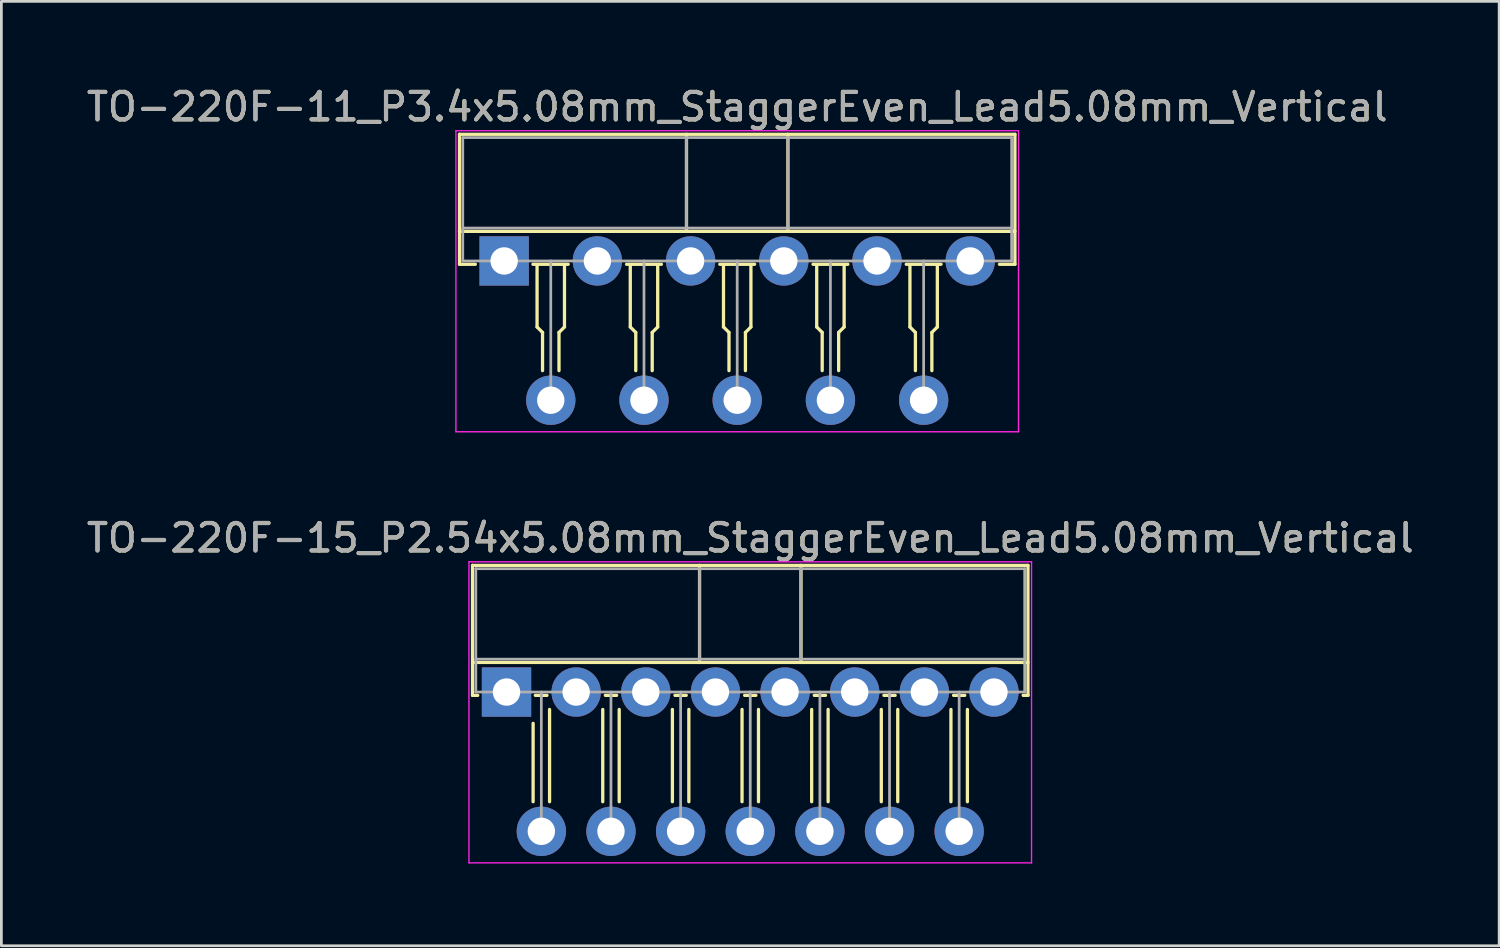
<source format=kicad_pcb>
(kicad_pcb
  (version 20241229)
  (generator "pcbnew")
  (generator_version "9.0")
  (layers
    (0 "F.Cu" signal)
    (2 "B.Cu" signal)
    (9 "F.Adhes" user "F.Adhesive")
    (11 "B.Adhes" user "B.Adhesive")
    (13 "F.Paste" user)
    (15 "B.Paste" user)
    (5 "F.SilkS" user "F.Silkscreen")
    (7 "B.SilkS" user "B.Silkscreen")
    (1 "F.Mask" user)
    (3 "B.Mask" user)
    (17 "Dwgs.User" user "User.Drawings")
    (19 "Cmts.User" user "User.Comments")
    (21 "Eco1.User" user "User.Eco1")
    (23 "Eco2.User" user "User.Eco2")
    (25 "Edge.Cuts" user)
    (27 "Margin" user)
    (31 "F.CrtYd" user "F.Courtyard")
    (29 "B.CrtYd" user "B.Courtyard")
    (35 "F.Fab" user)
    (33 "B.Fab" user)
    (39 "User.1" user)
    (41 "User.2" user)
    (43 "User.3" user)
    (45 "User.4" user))
  (footprint "TO-220F-11_P3.4x5.08mm_StaggerEven_Lead5.08mm_Vertical"
    (layer "F.Cu")
    (at 15.339 6.468)
    (property "Reference" "TO-220F-11_P3.4x5.08mm_StaggerEven_Lead5.08mm_Vertical" (at 8.5 -5.62 0) (layer "F.SilkS") (effects (font (size 1 1) (thickness 0.15))))
    (attr through_hole)
    (fp_line (start -1.63 -4.62) (end -1.63 0.121) (stroke (width 0.12) (type solid)) (layer "F.SilkS"))
    (fp_line (start -1.63 -4.62) (end 18.63 -4.62) (stroke (width 0.12) (type solid)) (layer "F.SilkS"))
    (fp_line (start -1.63 -1.08) (end 18.63 -1.08) (stroke (width 0.12) (type solid)) (layer "F.SilkS"))
    (fp_line (start -1.63 0.121) (end -1.05 0.121) (stroke (width 0.12) (type solid)) (layer "F.SilkS"))
    (fp_line (start 1.05 0.121) (end 2.335 0.121) (stroke (width 0.12) (type solid)) (layer "F.SilkS"))
    (fp_line (start 1.2 0.158) (end 1.2 2.408) (stroke (width 0.12) (type solid)) (layer "F.SilkS"))
    (fp_line (start 1.2 2.408) (end 1.4 2.608) (stroke (width 0.12) (type solid)) (layer "F.SilkS"))
    (fp_line (start 1.4 4) (end 1.4 2.608) (stroke (width 0.12) (type solid)) (layer "F.SilkS"))
    (fp_line (start 2 4) (end 2 2.608) (stroke (width 0.12) (type solid)) (layer "F.SilkS"))
    (fp_line (start 2.2 0.158) (end 2.2 2.408) (stroke (width 0.12) (type solid)) (layer "F.SilkS"))
    (fp_line (start 2.2 2.408) (end 2 2.608) (stroke (width 0.12) (type solid)) (layer "F.SilkS"))
    (fp_line (start 4.465 0.121) (end 5.735 0.121) (stroke (width 0.12) (type solid)) (layer "F.SilkS"))
    (fp_line (start 4.6 0.158) (end 4.6 2.408) (stroke (width 0.12) (type solid)) (layer "F.SilkS"))
    (fp_line (start 4.6 2.408) (end 4.8 2.608) (stroke (width 0.12) (type solid)) (layer "F.SilkS"))
    (fp_line (start 4.8 4) (end 4.8 2.608) (stroke (width 0.12) (type solid)) (layer "F.SilkS"))
    (fp_line (start 5.4 4) (end 5.4 2.608) (stroke (width 0.12) (type solid)) (layer "F.SilkS"))
    (fp_line (start 5.6 0.158) (end 5.6 2.408) (stroke (width 0.12) (type solid)) (layer "F.SilkS"))
    (fp_line (start 5.6 2.408) (end 5.4 2.608) (stroke (width 0.12) (type solid)) (layer "F.SilkS"))
    (fp_line (start 6.65 -4.62) (end 6.65 -1.08) (stroke (width 0.12) (type solid)) (layer "F.SilkS"))
    (fp_line (start 7.865 0.121) (end 9.135 0.121) (stroke (width 0.12) (type solid)) (layer "F.SilkS"))
    (fp_line (start 8 0.158) (end 8 2.408) (stroke (width 0.12) (type solid)) (layer "F.SilkS"))
    (fp_line (start 8 2.408) (end 8.2 2.608) (stroke (width 0.12) (type solid)) (layer "F.SilkS"))
    (fp_line (start 8.2 4) (end 8.2 2.608) (stroke (width 0.12) (type solid)) (layer "F.SilkS"))
    (fp_line (start 8.8 4) (end 8.8 2.608) (stroke (width 0.12) (type solid)) (layer "F.SilkS"))
    (fp_line (start 9 0.158) (end 9 2.408) (stroke (width 0.12) (type solid)) (layer "F.SilkS"))
    (fp_line (start 9 2.408) (end 8.8 2.608) (stroke (width 0.12) (type solid)) (layer "F.SilkS"))
    (fp_line (start 10.35 -4.62) (end 10.35 -1.08) (stroke (width 0.12) (type solid)) (layer "F.SilkS"))
    (fp_line (start 11.265 0.121) (end 12.535 0.121) (stroke (width 0.12) (type solid)) (layer "F.SilkS"))
    (fp_line (start 11.4 0.158) (end 11.4 2.408) (stroke (width 0.12) (type solid)) (layer "F.SilkS"))
    (fp_line (start 11.4 2.408) (end 11.6 2.608) (stroke (width 0.12) (type solid)) (layer "F.SilkS"))
    (fp_line (start 11.6 4) (end 11.6 2.608) (stroke (width 0.12) (type solid)) (layer "F.SilkS"))
    (fp_line (start 12.2 4) (end 12.2 2.608) (stroke (width 0.12) (type solid)) (layer "F.SilkS"))
    (fp_line (start 12.4 0.158) (end 12.4 2.408) (stroke (width 0.12) (type solid)) (layer "F.SilkS"))
    (fp_line (start 12.4 2.408) (end 12.2 2.608) (stroke (width 0.12) (type solid)) (layer "F.SilkS"))
    (fp_line (start 14.665 0.121) (end 15.935 0.121) (stroke (width 0.12) (type solid)) (layer "F.SilkS"))
    (fp_line (start 14.8 0.158) (end 14.8 2.408) (stroke (width 0.12) (type solid)) (layer "F.SilkS"))
    (fp_line (start 14.8 2.408) (end 15 2.608) (stroke (width 0.12) (type solid)) (layer "F.SilkS"))
    (fp_line (start 15 4) (end 15 2.608) (stroke (width 0.12) (type solid)) (layer "F.SilkS"))
    (fp_line (start 15.6 4) (end 15.6 2.608) (stroke (width 0.12) (type solid)) (layer "F.SilkS"))
    (fp_line (start 15.8 0.158) (end 15.8 2.408) (stroke (width 0.12) (type solid)) (layer "F.SilkS"))
    (fp_line (start 15.8 2.408) (end 15.6 2.608) (stroke (width 0.12) (type solid)) (layer "F.SilkS"))
    (fp_line (start 18.065 0.121) (end 18.63 0.121) (stroke (width 0.12) (type solid)) (layer "F.SilkS"))
    (fp_line (start 18.63 -4.62) (end 18.63 0.121) (stroke (width 0.12) (type solid)) (layer "F.SilkS"))
    (fp_line (start -1.76 -4.75) (end -1.76 6.23) (stroke (width 0.05) (type solid)) (layer "F.CrtYd"))
    (fp_line (start -1.76 6.23) (end 18.76 6.23) (stroke (width 0.05) (type solid)) (layer "F.CrtYd"))
    (fp_line (start 18.76 -4.75) (end -1.76 -4.75) (stroke (width 0.05) (type solid)) (layer "F.CrtYd"))
    (fp_line (start 18.76 6.23) (end 18.76 -4.75) (stroke (width 0.05) (type solid)) (layer "F.CrtYd"))
    (fp_line (start -1.51 -4.5) (end -1.51 0) (stroke (width 0.1) (type solid)) (layer "F.Fab"))
    (fp_line (start -1.51 -1.2) (end 18.51 -1.2) (stroke (width 0.1) (type solid)) (layer "F.Fab"))
    (fp_line (start -1.51 0) (end 18.51 0) (stroke (width 0.1) (type solid)) (layer "F.Fab"))
    (fp_line (start 1.7 0) (end 1.7 5.08) (stroke (width 0.1) (type solid)) (layer "F.Fab"))
    (fp_line (start 5.1 0) (end 5.1 5.08) (stroke (width 0.1) (type solid)) (layer "F.Fab"))
    (fp_line (start 6.65 -4.5) (end 6.65 -1.2) (stroke (width 0.1) (type solid)) (layer "F.Fab"))
    (fp_line (start 8.5 0) (end 8.5 5.08) (stroke (width 0.1) (type solid)) (layer "F.Fab"))
    (fp_line (start 10.35 -4.5) (end 10.35 -1.2) (stroke (width 0.1) (type solid)) (layer "F.Fab"))
    (fp_line (start 11.9 0) (end 11.9 5.08) (stroke (width 0.1) (type solid)) (layer "F.Fab"))
    (fp_line (start 15.3 0) (end 15.3 5.08) (stroke (width 0.1) (type solid)) (layer "F.Fab"))
    (fp_line (start 18.51 -4.5) (end -1.51 -4.5) (stroke (width 0.1) (type solid)) (layer "F.Fab"))
    (fp_line (start 18.51 0) (end 18.51 -4.5) (stroke (width 0.1) (type solid)) (layer "F.Fab"))
    (fp_text user "${REFERENCE}" (at 8.5 -5.62 0) (layer "F.Fab") (effects (font (size 1 1) (thickness 0.15))))
    (pad "1" thru_hole rect (at 0 0) (size 1.8 1.8) (drill 1) (layers "*.Cu" "*.Mask"))
    (pad "2" thru_hole oval (at 1.7 5.08) (size 1.8 1.8) (drill 1) (layers "*.Cu" "*.Mask"))
    (pad "3" thru_hole oval (at 3.4 0) (size 1.8 1.8) (drill 1) (layers "*.Cu" "*.Mask"))
    (pad "4" thru_hole oval (at 5.1 5.08) (size 1.8 1.8) (drill 1) (layers "*.Cu" "*.Mask"))
    (pad "5" thru_hole oval (at 6.8 0) (size 1.8 1.8) (drill 1) (layers "*.Cu" "*.Mask"))
    (pad "6" thru_hole oval (at 8.5 5.08) (size 1.8 1.8) (drill 1) (layers "*.Cu" "*.Mask"))
    (pad "7" thru_hole oval (at 10.2 0) (size 1.8 1.8) (drill 1) (layers "*.Cu" "*.Mask"))
    (pad "8" thru_hole oval (at 11.9 5.08) (size 1.8 1.8) (drill 1) (layers "*.Cu" "*.Mask"))
    (pad "9" thru_hole oval (at 13.6 0) (size 1.8 1.8) (drill 1) (layers "*.Cu" "*.Mask"))
    (pad "10" thru_hole oval (at 15.3 5.08) (size 1.8 1.8) (drill 1) (layers "*.Cu" "*.Mask"))
    (pad "11" thru_hole oval (at 17 0) (size 1.8 1.8) (drill 1) (layers "*.Cu" "*.Mask")))
  (footprint "TO-220F-15_P2.54x5.08mm_StaggerEven_Lead5.08mm_Vertical"
    (layer "F.Cu")
    (at 15.425 22.192)
    (property "Reference" "TO-220F-15_P2.54x5.08mm_StaggerEven_Lead5.08mm_Vertical" (at 8.89 -5.62 0) (layer "F.SilkS") (effects (font (size 1 1) (thickness 0.15))))
    (attr through_hole)
    (fp_line (start -1.24 -4.62) (end -1.24 0.121) (stroke (width 0.12) (type solid)) (layer "F.SilkS"))
    (fp_line (start -1.24 -4.62) (end 19.02 -4.62) (stroke (width 0.12) (type solid)) (layer "F.SilkS"))
    (fp_line (start -1.24 -1.08) (end 19.02 -1.08) (stroke (width 0.12) (type solid)) (layer "F.SilkS"))
    (fp_line (start -1.24 0.121) (end -1.05 0.121) (stroke (width 0.12) (type solid)) (layer "F.SilkS"))
    (fp_line (start 0.97 4) (end 0.97 1.143) (stroke (width 0.12) (type solid)) (layer "F.SilkS"))
    (fp_line (start 1.05 0.121) (end 1.475 0.121) (stroke (width 0.12) (type solid)) (layer "F.SilkS"))
    (fp_line (start 1.57 4) (end 1.57 0.635) (stroke (width 0.12) (type solid)) (layer "F.SilkS"))
    (fp_line (start 3.51 4) (end 3.51 0.635) (stroke (width 0.12) (type solid)) (layer "F.SilkS"))
    (fp_line (start 3.605 0.121) (end 4.016 0.121) (stroke (width 0.12) (type solid)) (layer "F.SilkS"))
    (fp_line (start 4.11 4) (end 4.11 0.635) (stroke (width 0.12) (type solid)) (layer "F.SilkS"))
    (fp_line (start 6.05 4) (end 6.05 0.635) (stroke (width 0.12) (type solid)) (layer "F.SilkS"))
    (fp_line (start 6.145 0.121) (end 6.555 0.121) (stroke (width 0.12) (type solid)) (layer "F.SilkS"))
    (fp_line (start 6.65 4) (end 6.65 0.635) (stroke (width 0.12) (type solid)) (layer "F.SilkS"))
    (fp_line (start 7.041 -4.62) (end 7.041 -1.08) (stroke (width 0.12) (type solid)) (layer "F.SilkS"))
    (fp_line (start 8.59 4) (end 8.59 0.635) (stroke (width 0.12) (type solid)) (layer "F.SilkS"))
    (fp_line (start 8.685 0.121) (end 9.095 0.121) (stroke (width 0.12) (type solid)) (layer "F.SilkS"))
    (fp_line (start 9.19 4) (end 9.19 0.635) (stroke (width 0.12) (type solid)) (layer "F.SilkS"))
    (fp_line (start 10.74 -4.62) (end 10.74 -1.08) (stroke (width 0.12) (type solid)) (layer "F.SilkS"))
    (fp_line (start 11.13 4) (end 11.13 0.635) (stroke (width 0.12) (type solid)) (layer "F.SilkS"))
    (fp_line (start 11.225 0.121) (end 11.635 0.121) (stroke (width 0.12) (type solid)) (layer "F.SilkS"))
    (fp_line (start 11.73 4) (end 11.73 0.635) (stroke (width 0.12) (type solid)) (layer "F.SilkS"))
    (fp_line (start 13.67 4) (end 13.67 0.635) (stroke (width 0.12) (type solid)) (layer "F.SilkS"))
    (fp_line (start 13.765 0.121) (end 14.175 0.121) (stroke (width 0.12) (type solid)) (layer "F.SilkS"))
    (fp_line (start 14.27 4) (end 14.27 0.635) (stroke (width 0.12) (type solid)) (layer "F.SilkS"))
    (fp_line (start 16.21 4) (end 16.21 0.635) (stroke (width 0.12) (type solid)) (layer "F.SilkS"))
    (fp_line (start 16.305 0.121) (end 16.715 0.121) (stroke (width 0.12) (type solid)) (layer "F.SilkS"))
    (fp_line (start 16.81 4) (end 16.81 0.635) (stroke (width 0.12) (type solid)) (layer "F.SilkS"))
    (fp_line (start 18.845 0.121) (end 19.02 0.121) (stroke (width 0.12) (type solid)) (layer "F.SilkS"))
    (fp_line (start 19.02 -4.62) (end 19.02 0.121) (stroke (width 0.12) (type solid)) (layer "F.SilkS"))
    (fp_line (start -1.37 -4.75) (end -1.37 6.23) (stroke (width 0.05) (type solid)) (layer "F.CrtYd"))
    (fp_line (start -1.37 6.23) (end 19.15 6.23) (stroke (width 0.05) (type solid)) (layer "F.CrtYd"))
    (fp_line (start 19.15 -4.75) (end -1.37 -4.75) (stroke (width 0.05) (type solid)) (layer "F.CrtYd"))
    (fp_line (start 19.15 6.23) (end 19.15 -4.75) (stroke (width 0.05) (type solid)) (layer "F.CrtYd"))
    (fp_line (start -1.12 -4.5) (end -1.12 0) (stroke (width 0.1) (type solid)) (layer "F.Fab"))
    (fp_line (start -1.12 -1.2) (end 18.9 -1.2) (stroke (width 0.1) (type solid)) (layer "F.Fab"))
    (fp_line (start -1.12 0) (end 18.9 0) (stroke (width 0.1) (type solid)) (layer "F.Fab"))
    (fp_line (start 1.27 0) (end 1.27 5.08) (stroke (width 0.1) (type solid)) (layer "F.Fab"))
    (fp_line (start 3.81 0) (end 3.81 5.08) (stroke (width 0.1) (type solid)) (layer "F.Fab"))
    (fp_line (start 6.35 0) (end 6.35 5.08) (stroke (width 0.1) (type solid)) (layer "F.Fab"))
    (fp_line (start 7.04 -4.5) (end 7.04 -1.2) (stroke (width 0.1) (type solid)) (layer "F.Fab"))
    (fp_line (start 8.89 0) (end 8.89 5.08) (stroke (width 0.1) (type solid)) (layer "F.Fab"))
    (fp_line (start 10.74 -4.5) (end 10.74 -1.2) (stroke (width 0.1) (type solid)) (layer "F.Fab"))
    (fp_line (start 11.43 0) (end 11.43 5.08) (stroke (width 0.1) (type solid)) (layer "F.Fab"))
    (fp_line (start 13.97 0) (end 13.97 5.08) (stroke (width 0.1) (type solid)) (layer "F.Fab"))
    (fp_line (start 16.51 0) (end 16.51 5.08) (stroke (width 0.1) (type solid)) (layer "F.Fab"))
    (fp_line (start 18.9 -4.5) (end -1.12 -4.5) (stroke (width 0.1) (type solid)) (layer "F.Fab"))
    (fp_line (start 18.9 0) (end 18.9 -4.5) (stroke (width 0.1) (type solid)) (layer "F.Fab"))
    (fp_text user "${REFERENCE}" (at 8.89 -5.62 0) (layer "F.Fab") (effects (font (size 1 1) (thickness 0.15))))
    (pad "1" thru_hole rect (at 0 0) (size 1.8 1.8) (drill 1) (layers "*.Cu" "*.Mask"))
    (pad "2" thru_hole oval (at 1.27 5.08) (size 1.8 1.8) (drill 1) (layers "*.Cu" "*.Mask"))
    (pad "3" thru_hole oval (at 2.54 0) (size 1.8 1.8) (drill 1) (layers "*.Cu" "*.Mask"))
    (pad "4" thru_hole oval (at 3.81 5.08) (size 1.8 1.8) (drill 1) (layers "*.Cu" "*.Mask"))
    (pad "5" thru_hole oval (at 5.08 0) (size 1.8 1.8) (drill 1) (layers "*.Cu" "*.Mask"))
    (pad "6" thru_hole oval (at 6.35 5.08) (size 1.8 1.8) (drill 1) (layers "*.Cu" "*.Mask"))
    (pad "7" thru_hole oval (at 7.62 0) (size 1.8 1.8) (drill 1) (layers "*.Cu" "*.Mask"))
    (pad "8" thru_hole oval (at 8.89 5.08) (size 1.8 1.8) (drill 1) (layers "*.Cu" "*.Mask"))
    (pad "9" thru_hole oval (at 10.16 0) (size 1.8 1.8) (drill 1) (layers "*.Cu" "*.Mask"))
    (pad "10" thru_hole oval (at 11.43 5.08) (size 1.8 1.8) (drill 1) (layers "*.Cu" "*.Mask"))
    (pad "11" thru_hole oval (at 12.7 0) (size 1.8 1.8) (drill 1) (layers "*.Cu" "*.Mask"))
    (pad "12" thru_hole oval (at 13.97 5.08) (size 1.8 1.8) (drill 1) (layers "*.Cu" "*.Mask"))
    (pad "13" thru_hole oval (at 15.24 0) (size 1.8 1.8) (drill 1) (layers "*.Cu" "*.Mask"))
    (pad "14" thru_hole oval (at 16.51 5.08) (size 1.8 1.8) (drill 1) (layers "*.Cu" "*.Mask"))
    (pad "15" thru_hole oval (at 17.78 0) (size 1.8 1.8) (drill 1) (layers "*.Cu" "*.Mask")))
  (gr_rect
    (start -3 -3)
    (end 51.631 31.447)
    (stroke (width 0.1) (type default))
    (fill no)
    (layer "Edge.Cuts")))
</source>
